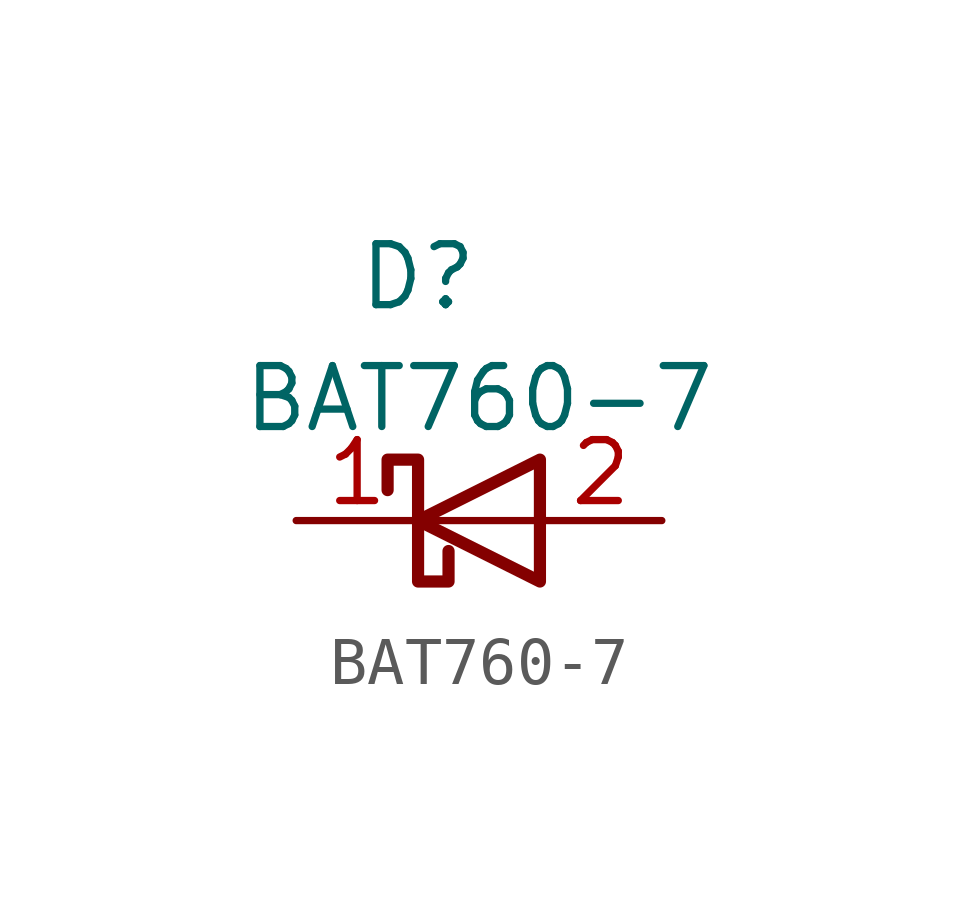
<source format=kicad_sym>
(kicad_symbol_lib
  (version 20211014)
  (generator kicad_symbol_editor)
  (symbol "BAT760-7"
    (pin_names
      (offset 1.016))
    (property "Reference" "D"
      (at -1.27 5.08 0)
      (effects (font (size 1.27 1.27))))
    (property "Value" "BAT760-7"
      (at 0 2.54 0)
      (effects (font (size 1.27 1.27))))
    (symbol "BAT760-7_1_1"
      (polyline (pts (xy 1.27 0) (xy -1.27 0)) (stroke (width 0) (type default) (color 0 0 0 0)) (fill (type none)))
      (polyline (pts (xy 1.27 1.27) (xy 1.27 -1.27) (xy -1.27 0) (xy 1.27 1.27)) (stroke (width 0.254) (type default) (color 0 0 0 0)) (fill (type none)))
      (polyline (pts (xy -1.905 0.635) (xy -1.905 1.27) (xy -1.27 1.27) (xy -1.27 -1.27) (xy -0.635 -1.27) (xy -0.635 -0.635)) (stroke (width 0.254) (type default) (color 0 0 0 0)) (fill (type none)))
      (pin passive line (at -3.81 0 0) (length 2.54) (name "~" (effects (font (size 1.27 1.27)))) (number "1" (effects (font (size 1.27 1.27)))))
      (pin passive line (at 3.81 0 180) (length 2.54) (name "~" (effects (font (size 1.27 1.27)))) (number "2" (effects (font (size 1.27 1.27))))))))
</source>
